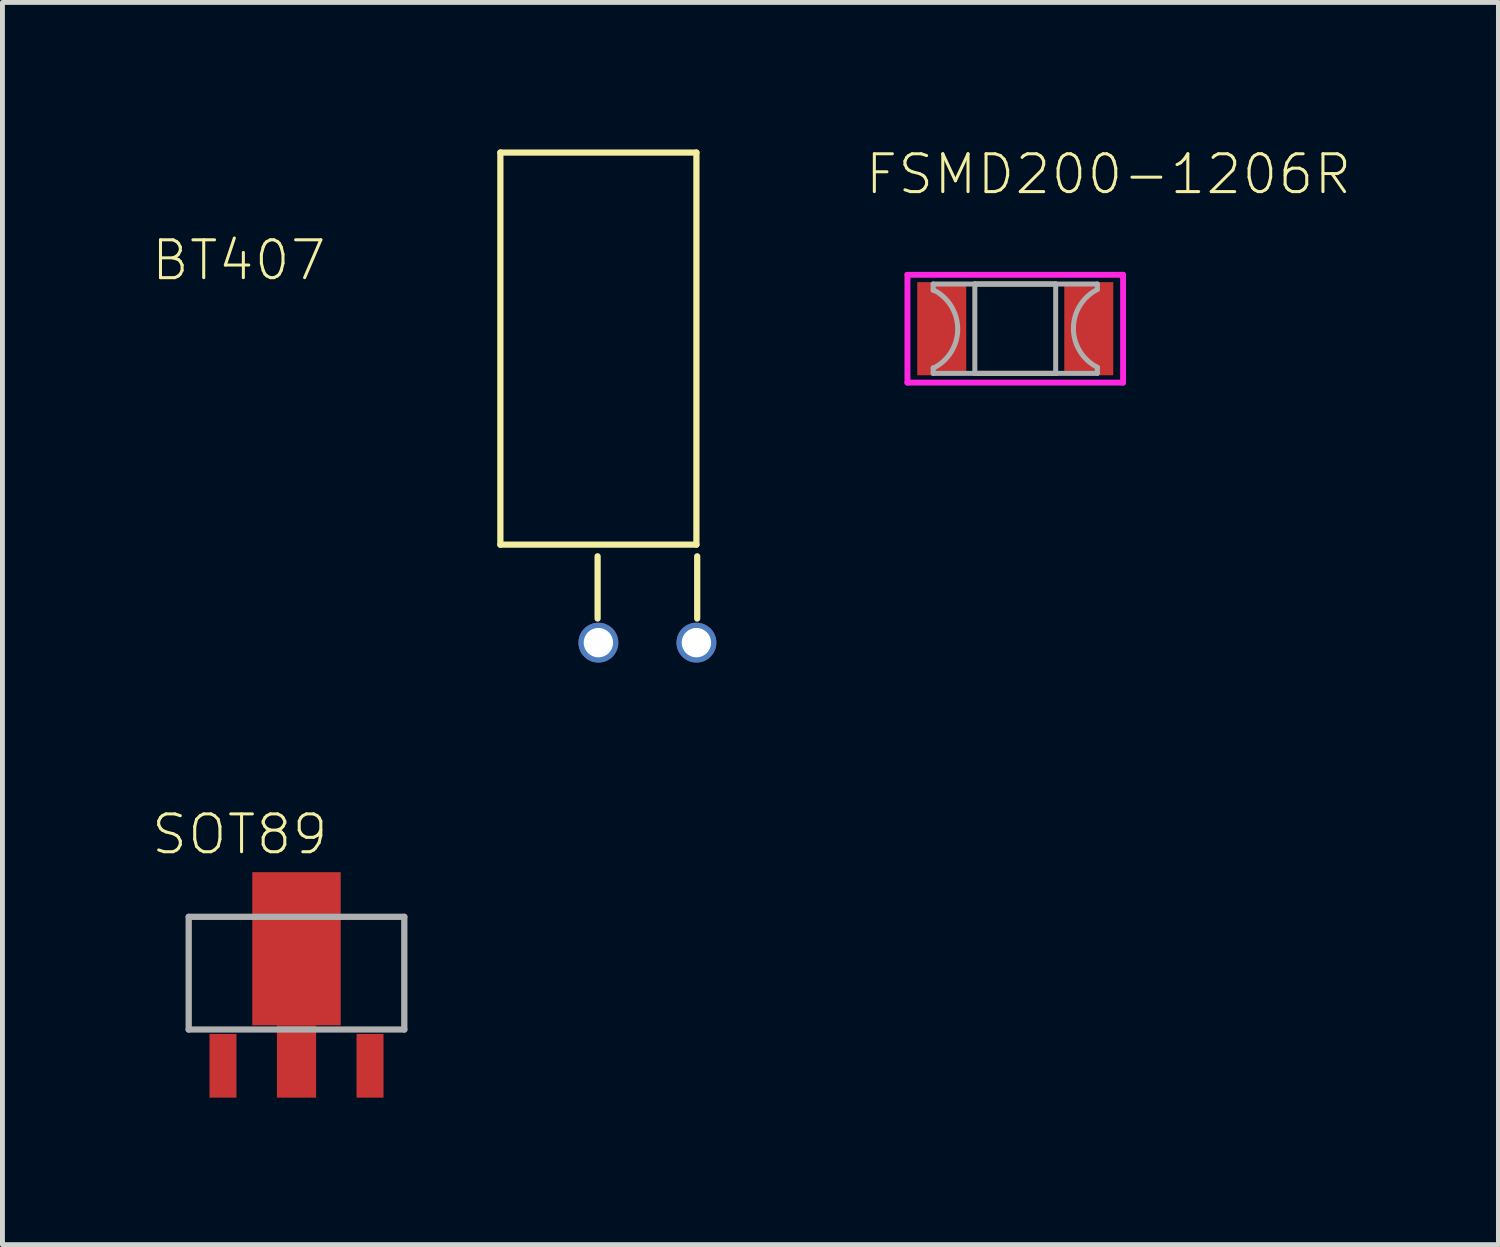
<source format=kicad_pcb>
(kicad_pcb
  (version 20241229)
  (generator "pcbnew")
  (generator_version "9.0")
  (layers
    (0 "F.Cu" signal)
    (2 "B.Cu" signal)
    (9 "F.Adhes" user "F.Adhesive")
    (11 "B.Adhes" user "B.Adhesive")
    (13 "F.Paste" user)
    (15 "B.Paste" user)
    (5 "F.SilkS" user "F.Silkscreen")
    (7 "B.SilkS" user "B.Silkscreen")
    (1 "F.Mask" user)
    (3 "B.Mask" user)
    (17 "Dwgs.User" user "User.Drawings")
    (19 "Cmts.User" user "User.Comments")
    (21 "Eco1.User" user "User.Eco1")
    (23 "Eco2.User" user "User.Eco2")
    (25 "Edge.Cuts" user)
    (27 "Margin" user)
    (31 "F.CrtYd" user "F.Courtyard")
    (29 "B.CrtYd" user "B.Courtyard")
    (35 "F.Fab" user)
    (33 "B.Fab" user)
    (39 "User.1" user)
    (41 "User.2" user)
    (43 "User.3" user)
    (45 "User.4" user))
  (footprint "FSMD200-1206R"
    (layer "F.Cu")
    (at 17.666 3.657)
    (property "Reference" "FSMD200-1206R" (at -3.1 -2.7 180) (layer "F.SilkS") (effects (font (size 0.772 0.772) (thickness 0.062)) (justify left bottom)))
    (attr through_hole)
    (fp_line (start -0.825 -0.912) (end 0.825 -0.912) (stroke (width 0.102) (type solid)) (layer "F.SilkS"))
    (fp_line (start 0.825 0.912) (end -0.825 0.912) (stroke (width 0.102) (type solid)) (layer "F.SilkS"))
    (fp_line (start -2.2 -1.1) (end 2.2 -1.1) (stroke (width 0.12) (type solid)) (layer "F.CrtYd"))
    (fp_line (start -2.2 1.1) (end -2.2 -1.1) (stroke (width 0.12) (type solid)) (layer "F.CrtYd"))
    (fp_line (start 2.2 -1.1) (end 2.2 1.1) (stroke (width 0.12) (type solid)) (layer "F.CrtYd"))
    (fp_line (start 2.2 1.1) (end -2.2 1.1) (stroke (width 0.12) (type solid)) (layer "F.CrtYd"))
    (fp_line (start -1.675 -0.912) (end -0.825 -0.912) (stroke (width 0.102) (type solid)) (layer "F.Fab"))
    (fp_line (start -1.675 -0.787) (end -1.675 -0.912) (stroke (width 0.102) (type solid)) (layer "F.Fab"))
    (fp_line (start -1.675 0.8) (end -1.663 0.8) (stroke (width 0.102) (type solid)) (layer "F.Fab"))
    (fp_line (start -1.675 0.912) (end -1.675 0.8) (stroke (width 0.102) (type solid)) (layer "F.Fab"))
    (fp_line (start -1.663 -0.787) (end -1.675 -0.787) (stroke (width 0.102) (type solid)) (layer "F.Fab"))
    (fp_line (start -0.825 -0.912) (end 0.825 -0.912) (stroke (width 0.102) (type solid)) (layer "F.Fab"))
    (fp_line (start -0.825 0.912) (end -1.675 0.912) (stroke (width 0.102) (type solid)) (layer "F.Fab"))
    (fp_line (start -0.825 0.912) (end -0.825 -0.912) (stroke (width 0.102) (type solid)) (layer "F.Fab"))
    (fp_line (start 0.825 -0.912) (end 0.825 0.912) (stroke (width 0.102) (type solid)) (layer "F.Fab"))
    (fp_line (start 0.825 -0.912) (end 1.675 -0.912) (stroke (width 0.102) (type solid)) (layer "F.Fab"))
    (fp_line (start 0.825 0.912) (end -0.825 0.912) (stroke (width 0.102) (type solid)) (layer "F.Fab"))
    (fp_line (start 1.675 -0.912) (end 1.675 -0.8) (stroke (width 0.102) (type solid)) (layer "F.Fab"))
    (fp_line (start 1.675 0.787) (end 1.675 0.912) (stroke (width 0.102) (type solid)) (layer "F.Fab"))
    (fp_line (start 1.675 0.912) (end 0.825 0.912) (stroke (width 0.102) (type solid)) (layer "F.Fab"))
    (fp_arc (start -1.662499 -0.787499) (mid -1.174452 0.006251) (end -1.6625 0.8) (stroke (width 0.1016) (type solid)) (layer "F.Fab"))
    (fp_arc (start 1.674999 0.787499) (mid 1.186952 -0.006251) (end 1.675 -0.8) (stroke (width 0.1016) (type solid)) (layer "F.Fab"))
    (pad "1" smd rect (at -1.5 0) (size 1 1.9) (layers "F.Cu" "F.Mask" "F.Paste"))
    (pad "2" smd rect (at 1.5 0) (size 1 1.9) (layers "F.Cu" "F.Mask" "F.Paste")))
  (footprint "BT407"
    (layer "F.Cu")
    (at 10.16 9.063)
    (property "Reference" "BT407" (at -10.16 -6.35 180) (layer "F.SilkS") (effects (font (size 0.772 0.772) (thickness 0.062)) (justify left bottom)))
    (attr through_hole)
    (fp_line (start -3 -9) (end -3 -1) (stroke (width 0.127) (type solid)) (layer "F.SilkS"))
    (fp_line (start -3 -1) (end 1 -1) (stroke (width 0.127) (type solid)) (layer "F.SilkS"))
    (fp_line (start -1.016 0.508) (end -1.016 -0.762) (stroke (width 0.127) (type solid)) (layer "F.SilkS"))
    (fp_line (start 1 -9) (end -3 -9) (stroke (width 0.127) (type solid)) (layer "F.SilkS"))
    (fp_line (start 1 -1) (end 1 -9) (stroke (width 0.127) (type solid)) (layer "F.SilkS"))
    (fp_line (start 1.016 0.508) (end 1.016 -0.762) (stroke (width 0.127) (type solid)) (layer "F.SilkS"))
    (pad "1" thru_hole circle (at -1 1) (size 0.813 0.813) (drill 0.6) (layers "*.Cu" "*.Mask"))
    (pad "2" thru_hole circle (at 1 1) (size 0.813 0.813) (drill 0.6) (layers "*.Cu" "*.Mask")))
  (footprint "SOT89"
    (layer "F.Cu")
    (at 3 17.427)
    (property "Reference" "SOT89" (at -3 -3 0) (layer "F.SilkS") (effects (font (size 0.772 0.772) (thickness 0.062)) (justify left bottom)))
    (attr through_hole)
    (fp_line (start -2.2 -1.77) (end -2.2 0.53) (stroke (width 0.1) (type solid)) (layer "F.SilkS"))
    (fp_line (start -2.2 -1.77) (end 2.2 -1.77) (stroke (width 0.1) (type solid)) (layer "F.SilkS"))
    (fp_line (start -2.2 0.53) (end 2.2 0.53) (stroke (width 0.1) (type solid)) (layer "F.SilkS"))
    (fp_line (start 2.2 -1.77) (end 2.2 0.53) (stroke (width 0.1) (type solid)) (layer "F.SilkS"))
    (fp_line (start -2.2 -1.77) (end -2.2 0.53) (stroke (width 0.127) (type solid)) (layer "F.Fab"))
    (fp_line (start -2.2 -1.77) (end 2.2 -1.77) (stroke (width 0.127) (type solid)) (layer "F.Fab"))
    (fp_line (start -2.2 0.53) (end 2.2 0.53) (stroke (width 0.127) (type solid)) (layer "F.Fab"))
    (fp_line (start 2.2 -1.77) (end 2.2 0.53) (stroke (width 0.127) (type solid)) (layer "F.Fab"))
    (pad "1" smd rect (at -1.5 1.27 90) (size 1.3 0.55) (layers "F.Cu" "F.Mask" "F.Paste"))
    (pad "2" smd rect (at 0 1.183 90) (size 1.475 0.8) (layers "F.Cu" "F.Mask" "F.Paste"))
    (pad "2@1" smd rect (at 0 -1.118 90) (size 3.125 1.805) (layers "F.Cu" "F.Mask" "F.Paste"))
    (pad "3" smd rect (at 1.5 1.27 90) (size 1.3 0.55) (layers "F.Cu" "F.Mask" "F.Paste")))
  (gr_rect
    (start -3 -3)
    (end 27.525 22.347)
    (stroke (width 0.1) (type default))
    (fill no)
    (layer "Edge.Cuts")))
</source>
